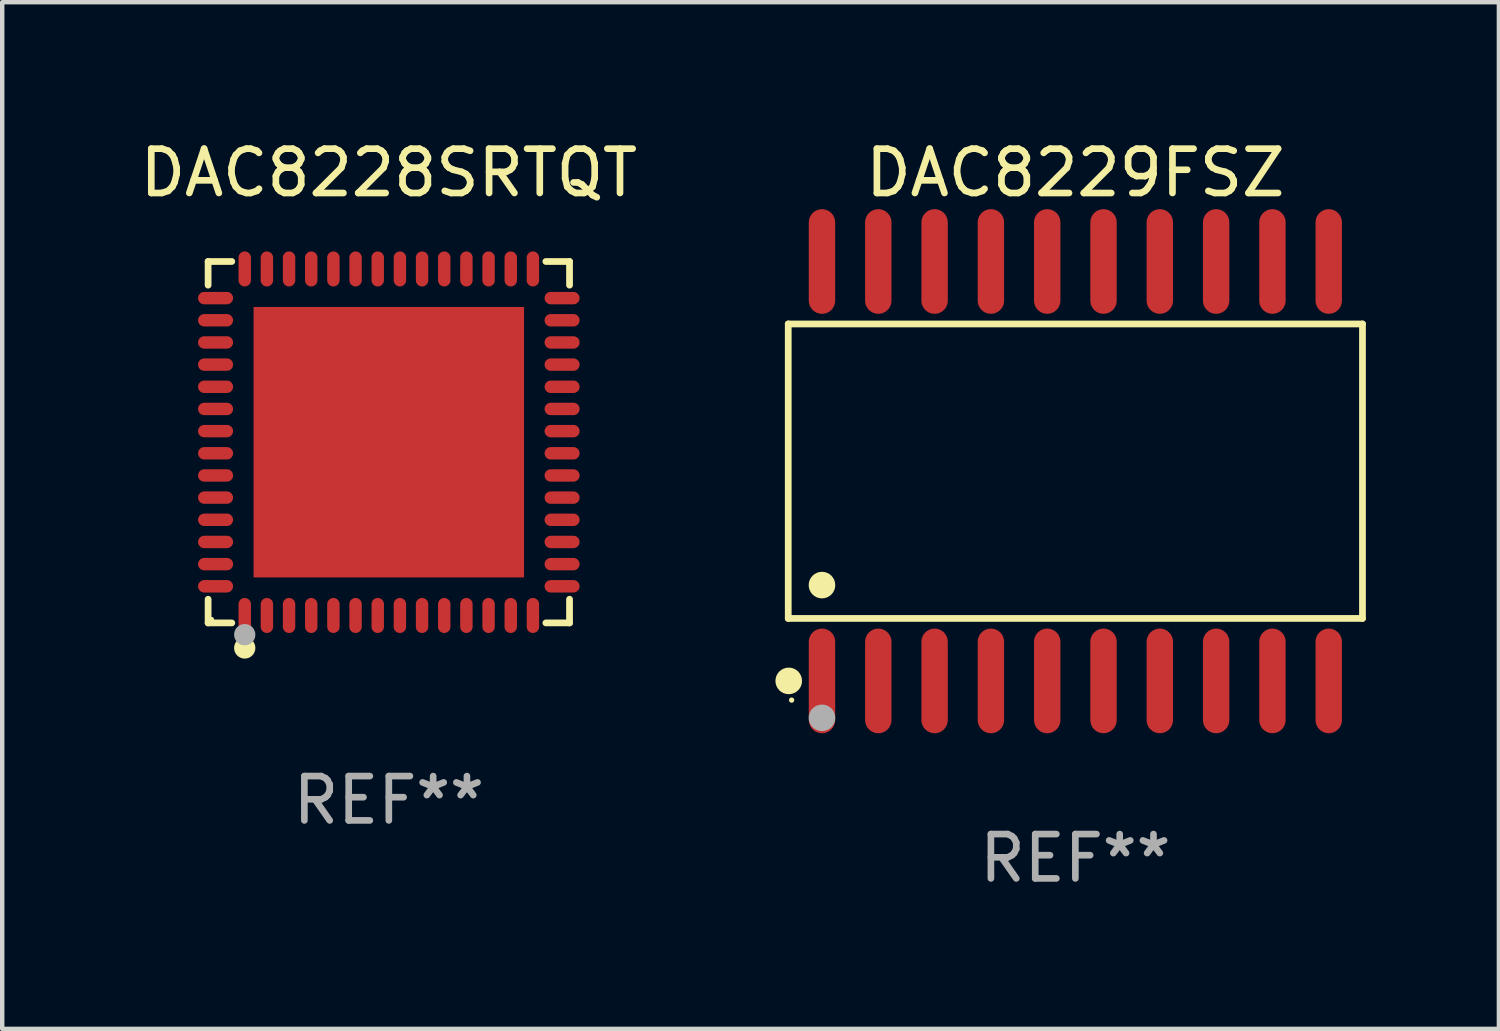
<source format=kicad_pcb>
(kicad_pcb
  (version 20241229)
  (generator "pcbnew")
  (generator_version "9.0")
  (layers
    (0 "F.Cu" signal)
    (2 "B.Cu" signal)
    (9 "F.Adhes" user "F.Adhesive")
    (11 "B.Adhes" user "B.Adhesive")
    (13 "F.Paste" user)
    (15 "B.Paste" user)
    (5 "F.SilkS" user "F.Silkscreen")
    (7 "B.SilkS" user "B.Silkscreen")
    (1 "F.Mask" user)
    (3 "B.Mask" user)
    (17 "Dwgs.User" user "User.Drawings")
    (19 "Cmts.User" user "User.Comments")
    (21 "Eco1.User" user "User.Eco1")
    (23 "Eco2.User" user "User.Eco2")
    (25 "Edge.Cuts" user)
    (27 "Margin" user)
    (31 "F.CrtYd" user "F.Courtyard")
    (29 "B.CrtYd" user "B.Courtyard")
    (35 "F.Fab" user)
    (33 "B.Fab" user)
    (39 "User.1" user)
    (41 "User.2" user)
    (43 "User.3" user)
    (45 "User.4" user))
  (footprint "DAC8229FSZ"
    (layer "F.Cu")
    (at 21.205 7.578)
    (property "Reference" "DAC8229FSZ" (at 0 -6.73 0) (layer "F.SilkS") (effects (font (size 1 1) (thickness 0.15))))
    (attr through_hole)
    (fp_line (start -6.476 -3.321) (end 6.476 -3.321) (stroke (width 0.152) (type solid)) (layer "F.SilkS"))
    (fp_line (start -6.476 3.321) (end -6.476 -3.321) (stroke (width 0.152) (type solid)) (layer "F.SilkS"))
    (fp_line (start 6.476 -3.321) (end 6.476 3.321) (stroke (width 0.152) (type solid)) (layer "F.SilkS"))
    (fp_line (start 6.476 3.321) (end -6.476 3.321) (stroke (width 0.152) (type solid)) (layer "F.SilkS"))
    (fp_circle (center -6.465 4.73) (end -6.315 4.73) (stroke (width 0.3) (type solid)) (fill no) (layer "F.SilkS"))
    (fp_circle (center -6.4 5.163) (end -6.37 5.163) (stroke (width 0.06) (type solid)) (fill no) (layer "F.SilkS"))
    (fp_circle (center -5.715 2.569) (end -5.565 2.569) (stroke (width 0.3) (type solid)) (fill no) (layer "F.SilkS"))
    (fp_circle (center -5.715 5.563) (end -5.565 5.563) (stroke (width 0.3) (type solid)) (fill no) (layer "F.Fab"))
    (fp_text user "REF**" (at 0 8.73 0) (layer "F.Fab") (effects (font (size 1 1) (thickness 0.15))))
    (pad "1" smd oval (at -5.715 4.73) (size 0.595 2.36) (layers "F.Cu" "F.Mask" "F.Paste"))
    (pad "2" smd oval (at -4.445 4.73) (size 0.595 2.36) (layers "F.Cu" "F.Mask" "F.Paste"))
    (pad "3" smd oval (at -3.175 4.73) (size 0.595 2.36) (layers "F.Cu" "F.Mask" "F.Paste"))
    (pad "4" smd oval (at -1.905 4.73) (size 0.595 2.36) (layers "F.Cu" "F.Mask" "F.Paste"))
    (pad "5" smd oval (at -0.635 4.73) (size 0.595 2.36) (layers "F.Cu" "F.Mask" "F.Paste"))
    (pad "6" smd oval (at 0.635 4.73) (size 0.595 2.36) (layers "F.Cu" "F.Mask" "F.Paste"))
    (pad "7" smd oval (at 1.905 4.73) (size 0.595 2.36) (layers "F.Cu" "F.Mask" "F.Paste"))
    (pad "8" smd oval (at 3.175 4.73) (size 0.595 2.36) (layers "F.Cu" "F.Mask" "F.Paste"))
    (pad "9" smd oval (at 4.445 4.73) (size 0.595 2.36) (layers "F.Cu" "F.Mask" "F.Paste"))
    (pad "10" smd oval (at 5.715 4.73) (size 0.595 2.36) (layers "F.Cu" "F.Mask" "F.Paste"))
    (pad "11" smd oval (at 5.715 -4.73) (size 0.595 2.36) (layers "F.Cu" "F.Mask" "F.Paste"))
    (pad "12" smd oval (at 4.445 -4.73) (size 0.595 2.36) (layers "F.Cu" "F.Mask" "F.Paste"))
    (pad "13" smd oval (at 3.175 -4.73) (size 0.595 2.36) (layers "F.Cu" "F.Mask" "F.Paste"))
    (pad "14" smd oval (at 1.905 -4.73) (size 0.595 2.36) (layers "F.Cu" "F.Mask" "F.Paste"))
    (pad "15" smd oval (at 0.635 -4.73) (size 0.595 2.36) (layers "F.Cu" "F.Mask" "F.Paste"))
    (pad "16" smd oval (at -0.635 -4.73) (size 0.595 2.36) (layers "F.Cu" "F.Mask" "F.Paste"))
    (pad "17" smd oval (at -1.905 -4.73) (size 0.595 2.36) (layers "F.Cu" "F.Mask" "F.Paste"))
    (pad "18" smd oval (at -3.175 -4.73) (size 0.595 2.36) (layers "F.Cu" "F.Mask" "F.Paste"))
    (pad "19" smd oval (at -4.445 -4.73) (size 0.595 2.36) (layers "F.Cu" "F.Mask" "F.Paste"))
    (pad "20" smd oval (at -5.715 -4.73) (size 0.595 2.36) (layers "F.Cu" "F.Mask" "F.Paste")))
  (footprint "DAC8228SRTQT"
    (layer "F.Cu")
    (at 5.72 6.924)
    (property "Reference" "DAC8228SRTQT" (at 0 -6.076 0) (layer "F.SilkS") (effects (font (size 1 1) (thickness 0.15))))
    (attr through_hole)
    (fp_line (start -4.076 -4.076) (end -4.076 -3.542) (stroke (width 0.152) (type solid)) (layer "F.SilkS"))
    (fp_line (start -4.076 4.076) (end -4.076 3.542) (stroke (width 0.152) (type solid)) (layer "F.SilkS"))
    (fp_line (start -3.542 -4.076) (end -4.076 -4.076) (stroke (width 0.152) (type solid)) (layer "F.SilkS"))
    (fp_line (start -3.542 4.076) (end -4.076 4.076) (stroke (width 0.152) (type solid)) (layer "F.SilkS"))
    (fp_line (start 3.542 -4.076) (end 4.076 -4.076) (stroke (width 0.152) (type solid)) (layer "F.SilkS"))
    (fp_line (start 3.542 4.076) (end 4.076 4.076) (stroke (width 0.152) (type solid)) (layer "F.SilkS"))
    (fp_line (start 4.076 -4.076) (end 4.076 -3.542) (stroke (width 0.152) (type solid)) (layer "F.SilkS"))
    (fp_line (start 4.076 4.076) (end 4.076 3.542) (stroke (width 0.152) (type solid)) (layer "F.SilkS"))
    (fp_circle (center -4 4) (end -3.97 4) (stroke (width 0.06) (type solid)) (fill no) (layer "F.SilkS"))
    (fp_circle (center -3.25 4.641) (end -3.13 4.641) (stroke (width 0.24) (type solid)) (fill no) (layer "F.SilkS"))
    (fp_circle (center -3.25 4.341) (end -3.13 4.341) (stroke (width 0.24) (type solid)) (fill no) (layer "F.Fab"))
    (fp_text user "REF**" (at 0 8.076 0) (layer "F.Fab") (effects (font (size 1 1) (thickness 0.15))))
    (pad "1" smd oval (at -3.25 3.908) (size 0.28 0.79) (layers "F.Cu" "F.Mask" "F.Paste"))
    (pad "2" smd oval (at -2.75 3.908) (size 0.28 0.79) (layers "F.Cu" "F.Mask" "F.Paste"))
    (pad "3" smd oval (at -2.25 3.908) (size 0.28 0.79) (layers "F.Cu" "F.Mask" "F.Paste"))
    (pad "4" smd oval (at -1.75 3.908) (size 0.28 0.79) (layers "F.Cu" "F.Mask" "F.Paste"))
    (pad "5" smd oval (at -1.25 3.908) (size 0.28 0.79) (layers "F.Cu" "F.Mask" "F.Paste"))
    (pad "6" smd oval (at -0.75 3.908) (size 0.28 0.79) (layers "F.Cu" "F.Mask" "F.Paste"))
    (pad "7" smd oval (at -0.25 3.908) (size 0.28 0.79) (layers "F.Cu" "F.Mask" "F.Paste"))
    (pad "8" smd oval (at 0.25 3.908) (size 0.28 0.79) (layers "F.Cu" "F.Mask" "F.Paste"))
    (pad "9" smd oval (at 0.75 3.908) (size 0.28 0.79) (layers "F.Cu" "F.Mask" "F.Paste"))
    (pad "10" smd oval (at 1.25 3.908) (size 0.28 0.79) (layers "F.Cu" "F.Mask" "F.Paste"))
    (pad "11" smd oval (at 1.75 3.908) (size 0.28 0.79) (layers "F.Cu" "F.Mask" "F.Paste"))
    (pad "12" smd oval (at 2.25 3.908) (size 0.28 0.79) (layers "F.Cu" "F.Mask" "F.Paste"))
    (pad "13" smd oval (at 2.75 3.908) (size 0.28 0.79) (layers "F.Cu" "F.Mask" "F.Paste"))
    (pad "14" smd oval (at 3.25 3.908) (size 0.28 0.79) (layers "F.Cu" "F.Mask" "F.Paste"))
    (pad "15" smd oval (at 3.908 3.25) (size 0.79 0.28) (layers "F.Cu" "F.Mask" "F.Paste"))
    (pad "16" smd oval (at 3.908 2.75) (size 0.79 0.28) (layers "F.Cu" "F.Mask" "F.Paste"))
    (pad "17" smd oval (at 3.908 2.25) (size 0.79 0.28) (layers "F.Cu" "F.Mask" "F.Paste"))
    (pad "18" smd oval (at 3.908 1.75) (size 0.79 0.28) (layers "F.Cu" "F.Mask" "F.Paste"))
    (pad "19" smd oval (at 3.908 1.25) (size 0.79 0.28) (layers "F.Cu" "F.Mask" "F.Paste"))
    (pad "20" smd oval (at 3.908 0.75) (size 0.79 0.28) (layers "F.Cu" "F.Mask" "F.Paste"))
    (pad "21" smd oval (at 3.908 0.25) (size 0.79 0.28) (layers "F.Cu" "F.Mask" "F.Paste"))
    (pad "22" smd oval (at 3.908 -0.25) (size 0.79 0.28) (layers "F.Cu" "F.Mask" "F.Paste"))
    (pad "23" smd oval (at 3.908 -0.75) (size 0.79 0.28) (layers "F.Cu" "F.Mask" "F.Paste"))
    (pad "24" smd oval (at 3.908 -1.25) (size 0.79 0.28) (layers "F.Cu" "F.Mask" "F.Paste"))
    (pad "25" smd oval (at 3.908 -1.75) (size 0.79 0.28) (layers "F.Cu" "F.Mask" "F.Paste"))
    (pad "26" smd oval (at 3.908 -2.25) (size 0.79 0.28) (layers "F.Cu" "F.Mask" "F.Paste"))
    (pad "27" smd oval (at 3.908 -2.75) (size 0.79 0.28) (layers "F.Cu" "F.Mask" "F.Paste"))
    (pad "28" smd oval (at 3.908 -3.25) (size 0.79 0.28) (layers "F.Cu" "F.Mask" "F.Paste"))
    (pad "29" smd oval (at 3.25 -3.908) (size 0.28 0.79) (layers "F.Cu" "F.Mask" "F.Paste"))
    (pad "30" smd oval (at 2.75 -3.908) (size 0.28 0.79) (layers "F.Cu" "F.Mask" "F.Paste"))
    (pad "31" smd oval (at 2.25 -3.908) (size 0.28 0.79) (layers "F.Cu" "F.Mask" "F.Paste"))
    (pad "32" smd oval (at 1.75 -3.908) (size 0.28 0.79) (layers "F.Cu" "F.Mask" "F.Paste"))
    (pad "33" smd oval (at 1.25 -3.908) (size 0.28 0.79) (layers "F.Cu" "F.Mask" "F.Paste"))
    (pad "34" smd oval (at 0.75 -3.908) (size 0.28 0.79) (layers "F.Cu" "F.Mask" "F.Paste"))
    (pad "35" smd oval (at 0.25 -3.908) (size 0.28 0.79) (layers "F.Cu" "F.Mask" "F.Paste"))
    (pad "36" smd oval (at -0.25 -3.908) (size 0.28 0.79) (layers "F.Cu" "F.Mask" "F.Paste"))
    (pad "37" smd oval (at -0.75 -3.908) (size 0.28 0.79) (layers "F.Cu" "F.Mask" "F.Paste"))
    (pad "38" smd oval (at -1.25 -3.908) (size 0.28 0.79) (layers "F.Cu" "F.Mask" "F.Paste"))
    (pad "39" smd oval (at -1.75 -3.908) (size 0.28 0.79) (layers "F.Cu" "F.Mask" "F.Paste"))
    (pad "40" smd oval (at -2.25 -3.908) (size 0.28 0.79) (layers "F.Cu" "F.Mask" "F.Paste"))
    (pad "41" smd oval (at -2.75 -3.908) (size 0.28 0.79) (layers "F.Cu" "F.Mask" "F.Paste"))
    (pad "42" smd oval (at -3.25 -3.908) (size 0.28 0.79) (layers "F.Cu" "F.Mask" "F.Paste"))
    (pad "43" smd oval (at -3.908 -3.25) (size 0.79 0.28) (layers "F.Cu" "F.Mask" "F.Paste"))
    (pad "44" smd oval (at -3.908 -2.75) (size 0.79 0.28) (layers "F.Cu" "F.Mask" "F.Paste"))
    (pad "45" smd oval (at -3.908 -2.25) (size 0.79 0.28) (layers "F.Cu" "F.Mask" "F.Paste"))
    (pad "46" smd oval (at -3.908 -1.75) (size 0.79 0.28) (layers "F.Cu" "F.Mask" "F.Paste"))
    (pad "47" smd oval (at -3.908 -1.25) (size 0.79 0.28) (layers "F.Cu" "F.Mask" "F.Paste"))
    (pad "48" smd oval (at -3.908 -0.75) (size 0.79 0.28) (layers "F.Cu" "F.Mask" "F.Paste"))
    (pad "49" smd oval (at -3.908 -0.25) (size 0.79 0.28) (layers "F.Cu" "F.Mask" "F.Paste"))
    (pad "50" smd oval (at -3.908 0.25) (size 0.79 0.28) (layers "F.Cu" "F.Mask" "F.Paste"))
    (pad "51" smd oval (at -3.908 0.75) (size 0.79 0.28) (layers "F.Cu" "F.Mask" "F.Paste"))
    (pad "52" smd oval (at -3.908 1.25) (size 0.79 0.28) (layers "F.Cu" "F.Mask" "F.Paste"))
    (pad "53" smd oval (at -3.908 1.75) (size 0.79 0.28) (layers "F.Cu" "F.Mask" "F.Paste"))
    (pad "54" smd oval (at -3.908 2.25) (size 0.79 0.28) (layers "F.Cu" "F.Mask" "F.Paste"))
    (pad "55" smd oval (at -3.908 2.75) (size 0.79 0.28) (layers "F.Cu" "F.Mask" "F.Paste"))
    (pad "56" smd oval (at -3.908 3.25) (size 0.79 0.28) (layers "F.Cu" "F.Mask" "F.Paste"))
    (pad "57" smd rect (at 0 0) (size 6.1 6.1) (layers "F.Cu" "F.Mask" "F.Paste")))
  (gr_rect
    (start -3 -3)
    (end 30.758 20.156)
    (stroke (width 0.1) (type default))
    (fill no)
    (layer "Edge.Cuts")))
</source>
